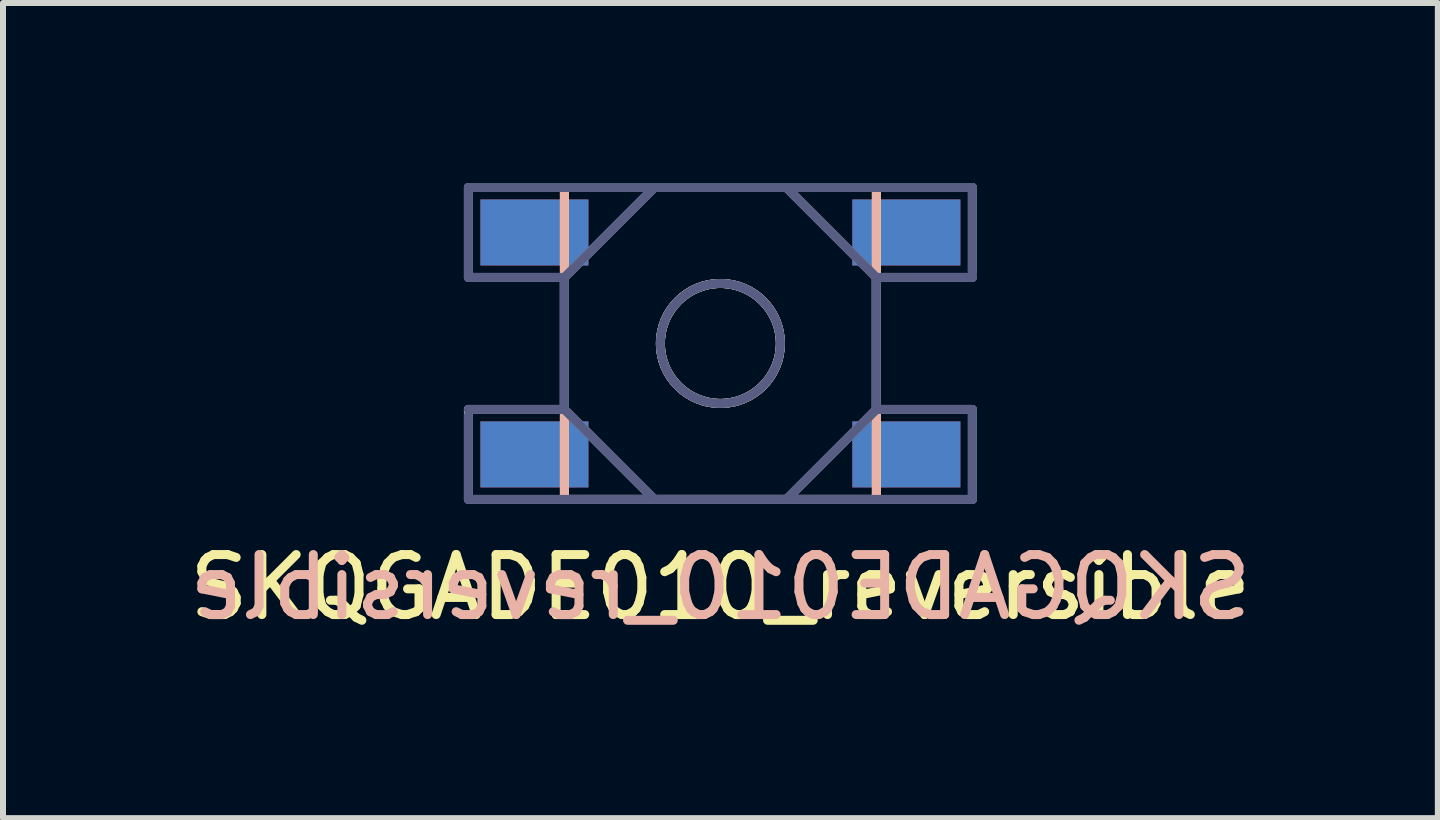
<source format=kicad_pcb>
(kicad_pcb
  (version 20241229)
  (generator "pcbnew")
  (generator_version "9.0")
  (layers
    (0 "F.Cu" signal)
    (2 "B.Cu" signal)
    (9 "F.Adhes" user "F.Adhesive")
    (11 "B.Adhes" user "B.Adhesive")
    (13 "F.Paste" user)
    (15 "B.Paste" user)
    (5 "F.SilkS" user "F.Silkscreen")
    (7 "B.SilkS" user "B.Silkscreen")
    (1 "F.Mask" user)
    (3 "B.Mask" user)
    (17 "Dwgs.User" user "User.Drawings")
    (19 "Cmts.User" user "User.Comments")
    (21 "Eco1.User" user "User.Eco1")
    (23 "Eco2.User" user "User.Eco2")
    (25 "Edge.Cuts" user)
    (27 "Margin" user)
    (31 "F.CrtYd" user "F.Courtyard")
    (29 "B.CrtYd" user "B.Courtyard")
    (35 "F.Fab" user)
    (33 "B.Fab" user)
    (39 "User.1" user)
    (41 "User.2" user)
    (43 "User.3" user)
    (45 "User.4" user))
  (footprint "SKQGADE010_reversible"
    (layer "F.Cu")
    (at 8.958 2.675)
    (property "Reference" "SKQGADE010_reversible" (at 0 4.064 0) (layer "F.SilkS") (effects (font (size 1 1) (thickness 0.15))))
    (attr smd)
    (fp_line (start -2.6 -2.6) (end 2.6 -2.6) (stroke (width 0.15) (type solid)) (layer "F.SilkS"))
    (fp_line (start -2.6 2.6) (end -2.6 -2.6) (stroke (width 0.15) (type solid)) (layer "F.SilkS"))
    (fp_line (start 2.6 -2.6) (end 2.6 2.6) (stroke (width 0.15) (type solid)) (layer "F.SilkS"))
    (fp_line (start 2.6 2.6) (end -2.6 2.6) (stroke (width 0.15) (type solid)) (layer "F.SilkS"))
    (fp_circle (center 0 0) (end 1 0) (stroke (width 0.15) (type solid)) (fill no) (layer "F.SilkS"))
    (fp_line (start -2.6 -2.6) (end 2.6 -2.6) (stroke (width 0.15) (type solid)) (layer "B.SilkS"))
    (fp_line (start -2.6 2.6) (end -2.6 -2.6) (stroke (width 0.15) (type solid)) (layer "B.SilkS"))
    (fp_line (start 2.6 -2.6) (end 2.6 2.6) (stroke (width 0.15) (type solid)) (layer "B.SilkS"))
    (fp_line (start 2.6 2.6) (end -2.6 2.6) (stroke (width 0.15) (type solid)) (layer "B.SilkS"))
    (fp_circle (center 0 0) (end -1 0) (stroke (width 0.15) (type solid)) (fill no) (layer "B.SilkS"))
    (fp_line (start -4.2 -2.6) (end 4.2 -2.6) (stroke (width 0.15) (type solid)) (layer "B.Fab"))
    (fp_line (start -4.2 -1.1) (end -4.2 -2.6) (stroke (width 0.15) (type solid)) (layer "B.Fab"))
    (fp_line (start -4.2 1.1) (end -2.6 1.1) (stroke (width 0.15) (type solid)) (layer "B.Fab"))
    (fp_line (start -4.2 2.6) (end -4.2 1.2) (stroke (width 0.15) (type solid)) (layer "B.Fab"))
    (fp_line (start -2.6 -1.1) (end -4.2 -1.1) (stroke (width 0.15) (type solid)) (layer "B.Fab"))
    (fp_line (start -2.6 -1.1) (end -1.1 -2.6) (stroke (width 0.15) (type solid)) (layer "B.Fab"))
    (fp_line (start -2.6 1.1) (end -2.6 -1.1) (stroke (width 0.15) (type solid)) (layer "B.Fab"))
    (fp_line (start -2.6 1.1) (end -1.1 2.6) (stroke (width 0.15) (type solid)) (layer "B.Fab"))
    (fp_line (start 2.6 -1.1) (end 1.1 -2.6) (stroke (width 0.15) (type solid)) (layer "B.Fab"))
    (fp_line (start 2.6 -1.1) (end 2.6 1.1) (stroke (width 0.15) (type solid)) (layer "B.Fab"))
    (fp_line (start 2.6 1.1) (end 1.1 2.6) (stroke (width 0.15) (type solid)) (layer "B.Fab"))
    (fp_line (start 2.6 1.1) (end 4.2 1.1) (stroke (width 0.15) (type solid)) (layer "B.Fab"))
    (fp_line (start 4.2 -2.6) (end 4.2 -1.1) (stroke (width 0.15) (type solid)) (layer "B.Fab"))
    (fp_line (start 4.2 -1.1) (end 2.6 -1.1) (stroke (width 0.15) (type solid)) (layer "B.Fab"))
    (fp_line (start 4.2 1.1) (end 4.2 2.6) (stroke (width 0.15) (type solid)) (layer "B.Fab"))
    (fp_line (start 4.2 2.6) (end -4.2 2.6) (stroke (width 0.15) (type solid)) (layer "B.Fab"))
    (fp_circle (center 0 0) (end -1 0) (stroke (width 0.15) (type solid)) (fill no) (layer "B.Fab"))
    (fp_line (start -4.2 -2.6) (end 4.2 -2.6) (stroke (width 0.15) (type solid)) (layer "F.Fab"))
    (fp_line (start -4.2 -1.1) (end -4.2 -2.6) (stroke (width 0.15) (type solid)) (layer "F.Fab"))
    (fp_line (start -4.2 1.1) (end -2.6 1.1) (stroke (width 0.15) (type solid)) (layer "F.Fab"))
    (fp_line (start -4.2 2.6) (end -4.2 1.1) (stroke (width 0.15) (type solid)) (layer "F.Fab"))
    (fp_line (start -2.6 -1.1) (end -4.2 -1.1) (stroke (width 0.15) (type solid)) (layer "F.Fab"))
    (fp_line (start -2.6 -1.1) (end -1.1 -2.6) (stroke (width 0.15) (type solid)) (layer "F.Fab"))
    (fp_line (start -2.6 1.1) (end -2.6 -1.1) (stroke (width 0.15) (type solid)) (layer "F.Fab"))
    (fp_line (start -2.6 1.1) (end -1.1 2.6) (stroke (width 0.15) (type solid)) (layer "F.Fab"))
    (fp_line (start 2.6 -1.1) (end 1.1 -2.6) (stroke (width 0.15) (type solid)) (layer "F.Fab"))
    (fp_line (start 2.6 -1.1) (end 2.6 1.1) (stroke (width 0.15) (type solid)) (layer "F.Fab"))
    (fp_line (start 2.6 1.1) (end 1.1 2.6) (stroke (width 0.15) (type solid)) (layer "F.Fab"))
    (fp_line (start 2.6 1.1) (end 4.2 1.1) (stroke (width 0.15) (type solid)) (layer "F.Fab"))
    (fp_line (start 4.2 -2.6) (end 4.2 -1.2) (stroke (width 0.15) (type solid)) (layer "F.Fab"))
    (fp_line (start 4.2 -1.1) (end 2.6 -1.1) (stroke (width 0.15) (type solid)) (layer "F.Fab"))
    (fp_line (start 4.2 1.1) (end 4.2 2.6) (stroke (width 0.15) (type solid)) (layer "F.Fab"))
    (fp_line (start 4.2 2.6) (end -4.2 2.6) (stroke (width 0.15) (type solid)) (layer "F.Fab"))
    (fp_circle (center 0 0) (end 1 0) (stroke (width 0.15) (type solid)) (fill no) (layer "F.Fab"))
    (fp_text user "${REFERENCE}" (at 0 4.064 0) (layer "B.SilkS") (effects (font (size 1 1) (thickness 0.15)) (justify mirror)))
    (pad "1" smd rect (at -3.1 -1.85) (size 1.8 1.1) (layers "F.Cu" "F.Mask" "F.Paste"))
    (pad "1" smd rect (at -3.1 -1.85) (size 1.8 1.1) (layers "B.Cu" "B.Mask" "B.Paste"))
    (pad "1" smd rect (at 3.1 -1.85) (size 1.8 1.1) (layers "F.Cu" "F.Mask" "F.Paste"))
    (pad "1" smd rect (at 3.1 -1.85) (size 1.8 1.1) (layers "B.Cu" "B.Mask" "B.Paste"))
    (pad "2" smd rect (at -3.1 1.85) (size 1.8 1.1) (layers "F.Cu" "F.Mask" "F.Paste"))
    (pad "2" smd rect (at -3.1 1.85) (size 1.8 1.1) (layers "B.Cu" "B.Mask" "B.Paste"))
    (pad "2" smd rect (at 3.1 1.85) (size 1.8 1.1) (layers "F.Cu" "F.Mask" "F.Paste"))
    (pad "2" smd rect (at 3.1 1.85) (size 1.8 1.1) (layers "B.Cu" "B.Mask" "B.Paste")))
  (gr_rect
    (start -3 -3)
    (end 20.917 10.587)
    (stroke (width 0.1) (type default))
    (fill no)
    (layer "Edge.Cuts")))
</source>
